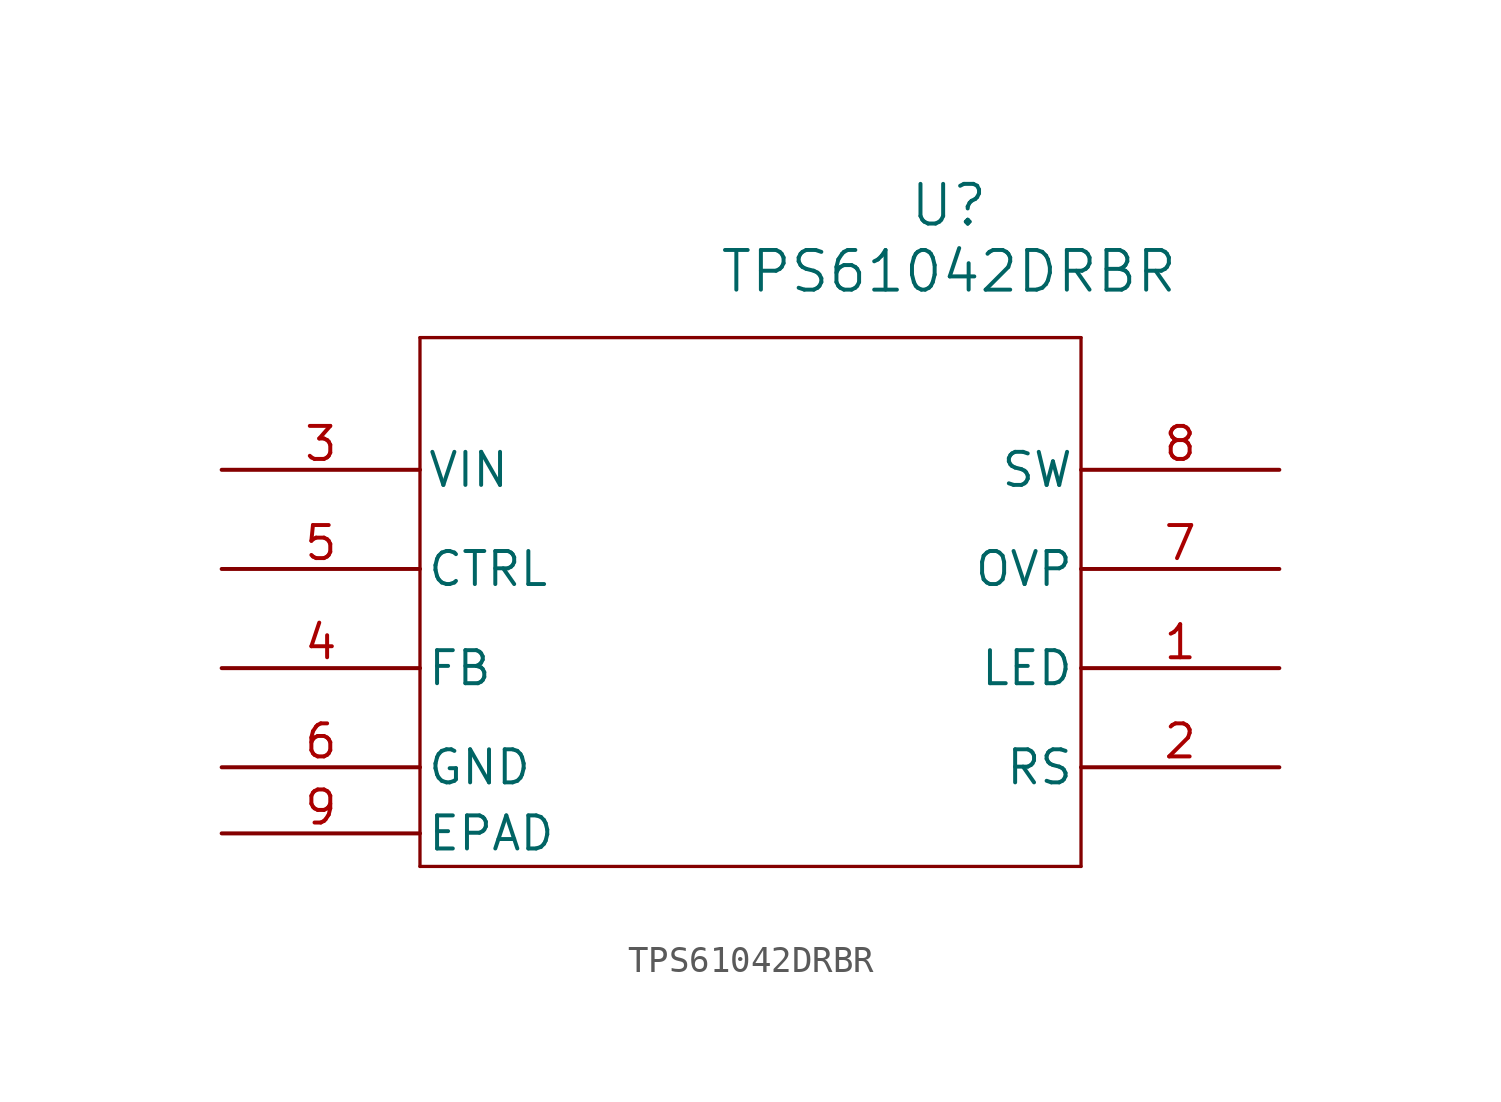
<source format=kicad_sym>
(kicad_symbol_lib
  (version 20241209)
  (generator "kicad_symbol_editor")
  (generator_version "9.0")
  (symbol "TPS61042DRBR"
    (pin_names
      (offset 0.254))
    (property "Reference" "U"
      (at 27.94 10.16 0)
      (effects (font (size 1.524 1.524))))
    (property "Value" "TPS61042DRBR"
      (at 27.94 7.62 0)
      (effects (font (size 1.524 1.524))))
    (property "ki_locked" ""
      (at 0 0 0)
      (effects (font (size 1.27 1.27))))
    (symbol "TPS61042DRBR_0_1"
      (polyline (pts (xy 7.62 5.08) (xy 7.62 -15.24)) (stroke (width 0.127) (type default)) (fill (type none)))
      (polyline (pts (xy 7.62 -15.24) (xy 33.02 -15.24)) (stroke (width 0.127) (type default)) (fill (type background)))
      (polyline (pts (xy 33.02 5.08) (xy 7.62 5.08)) (stroke (width 0.127) (type default)) (fill (type none)))
      (polyline (pts (xy 33.02 -15.24) (xy 33.02 5.08)) (stroke (width 0.127) (type default)) (fill (type none)))
      (pin input line (at 0 0 0) (length 7.62) (name "VIN" (effects (font (size 1.27 1.27)))) (number "3" (effects (font (size 1.27 1.27)))))
      (pin input line (at 0 -3.81 0) (length 7.62) (name "CTRL" (effects (font (size 1.27 1.27)))) (number "5" (effects (font (size 1.27 1.27)))))
      (pin input line (at 0 -7.62 0) (length 7.62) (name "FB" (effects (font (size 1.27 1.27)))) (number "4" (effects (font (size 1.27 1.27)))))
      (pin power_in line (at 0 -11.43 0) (length 7.62) (name "GND" (effects (font (size 1.27 1.27)))) (number "6" (effects (font (size 1.27 1.27)))))
      (pin unspecified line (at 0 -13.97 0) (length 7.62) (name "EPAD" (effects (font (size 1.27 1.27)))) (number "9" (effects (font (size 1.27 1.27)))))
      (pin input line (at 40.64 0 180) (length 7.62) (name "SW" (effects (font (size 1.27 1.27)))) (number "8" (effects (font (size 1.27 1.27)))))
      (pin input line (at 40.64 -3.81 180) (length 7.62) (name "OVP" (effects (font (size 1.27 1.27)))) (number "7" (effects (font (size 1.27 1.27)))))
      (pin input line (at 40.64 -7.62 180) (length 7.62) (name "LED" (effects (font (size 1.27 1.27)))) (number "1" (effects (font (size 1.27 1.27)))))
      (pin output line (at 40.64 -11.43 180) (length 7.62) (name "RS" (effects (font (size 1.27 1.27)))) (number "2" (effects (font (size 1.27 1.27))))))))
</source>
